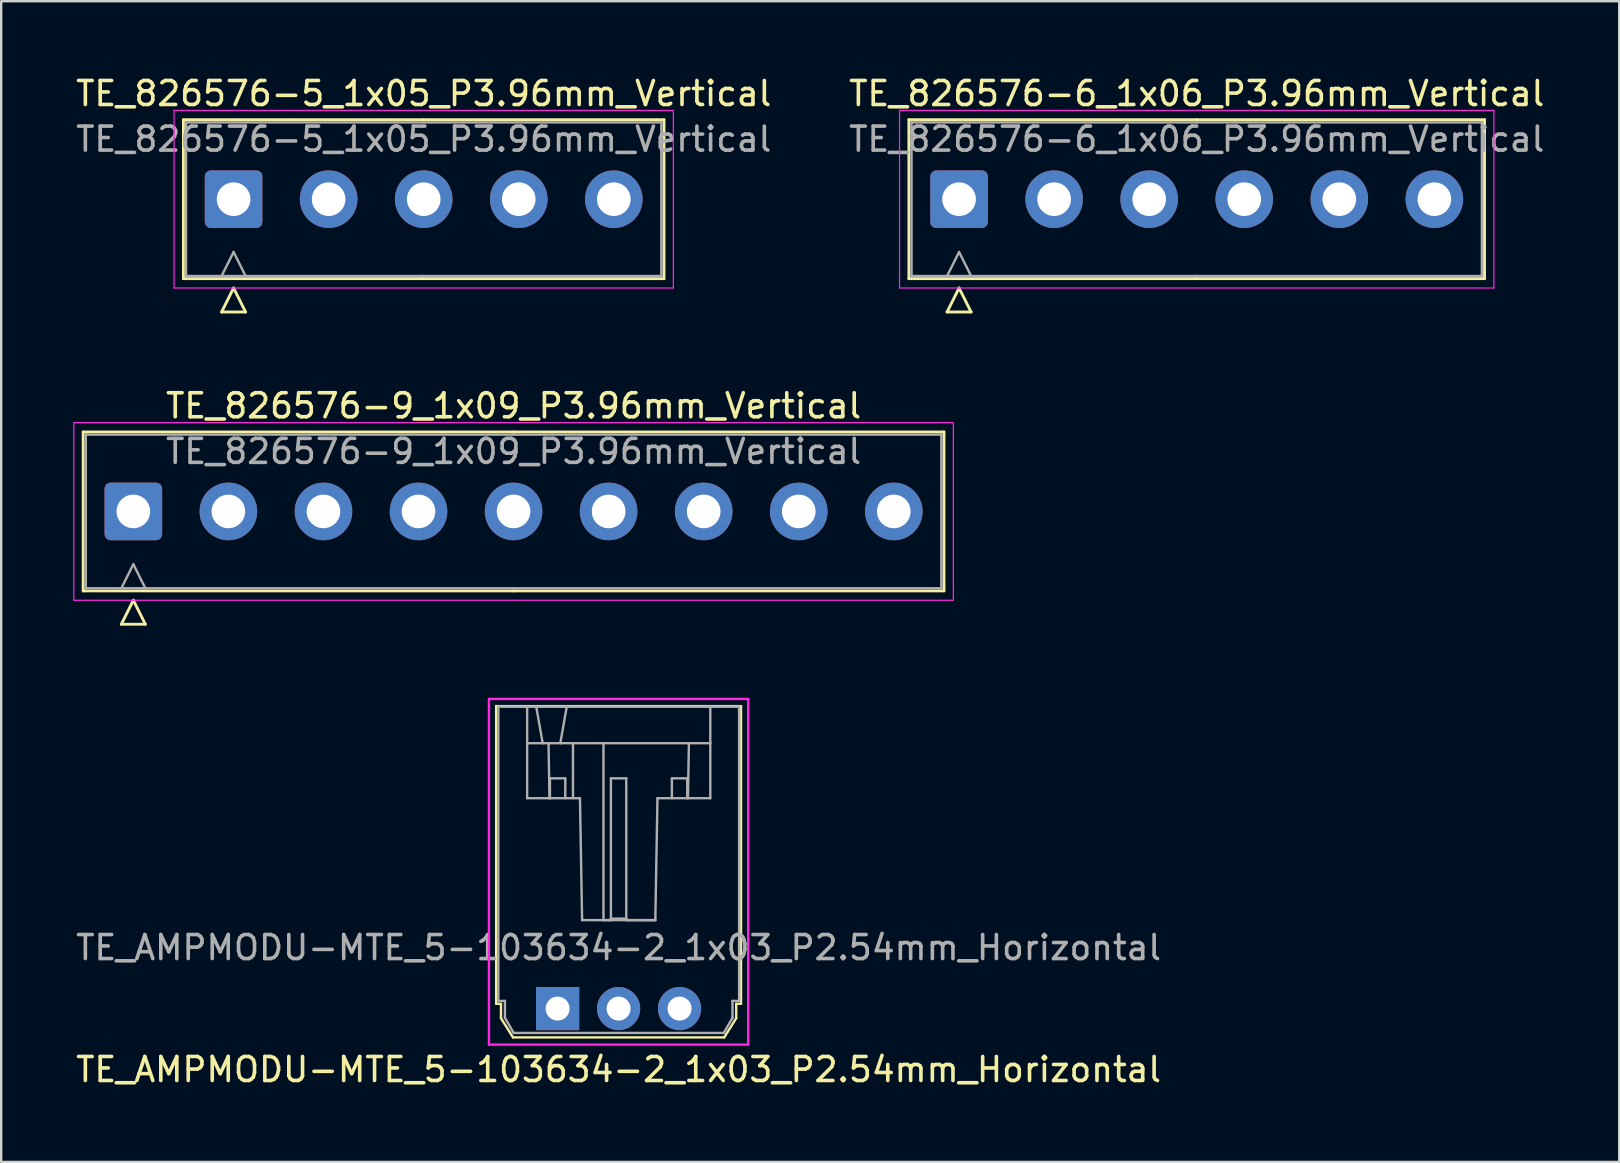
<source format=kicad_pcb>
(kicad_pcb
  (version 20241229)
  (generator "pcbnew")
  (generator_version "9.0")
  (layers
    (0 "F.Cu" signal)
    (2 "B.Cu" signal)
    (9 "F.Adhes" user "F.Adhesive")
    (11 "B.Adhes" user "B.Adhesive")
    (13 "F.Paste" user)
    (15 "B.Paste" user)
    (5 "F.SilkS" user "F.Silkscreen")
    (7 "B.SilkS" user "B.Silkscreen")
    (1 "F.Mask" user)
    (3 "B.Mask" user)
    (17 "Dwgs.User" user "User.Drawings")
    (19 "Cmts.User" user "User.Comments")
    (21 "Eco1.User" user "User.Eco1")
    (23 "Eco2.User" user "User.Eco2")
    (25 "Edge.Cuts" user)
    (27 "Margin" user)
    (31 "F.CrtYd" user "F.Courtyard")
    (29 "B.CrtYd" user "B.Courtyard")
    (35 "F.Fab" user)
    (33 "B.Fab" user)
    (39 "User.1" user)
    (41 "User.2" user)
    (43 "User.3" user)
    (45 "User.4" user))
  (footprint "TE_826576-9_1x09_P3.96mm_Vertical"
    (layer "F.Cu")
    (at 2.505 18.256)
    (property "Reference" "TE_826576-9_1x09_P3.96mm_Vertical" (at 15.84 -4.4 0) (layer "F.SilkS") (effects (font (size 1 1) (thickness 0.15))))
    (attr through_hole)
    (fp_line (start -2.09 -3.31) (end -2.09 3.31) (stroke (width 0.12) (type solid)) (layer "F.SilkS"))
    (fp_line (start -2.09 3.31) (end 15.84 3.31) (stroke (width 0.12) (type solid)) (layer "F.SilkS"))
    (fp_line (start -0.5 4.7) (end 0 3.7) (stroke (width 0.12) (type solid)) (layer "F.SilkS"))
    (fp_line (start 0 3.7) (end 0.5 4.7) (stroke (width 0.12) (type solid)) (layer "F.SilkS"))
    (fp_line (start 0.5 4.7) (end -0.5 4.7) (stroke (width 0.12) (type solid)) (layer "F.SilkS"))
    (fp_line (start 15.84 -3.31) (end -2.09 -3.31) (stroke (width 0.12) (type solid)) (layer "F.SilkS"))
    (fp_line (start 15.84 -3.31) (end 33.77 -3.31) (stroke (width 0.12) (type solid)) (layer "F.SilkS"))
    (fp_line (start 33.77 -3.31) (end 33.77 3.31) (stroke (width 0.12) (type solid)) (layer "F.SilkS"))
    (fp_line (start 33.77 3.31) (end 15.84 3.31) (stroke (width 0.12) (type solid)) (layer "F.SilkS"))
    (fp_line (start -2.48 -3.7) (end -2.48 3.7) (stroke (width 0.05) (type solid)) (layer "F.CrtYd"))
    (fp_line (start -2.48 3.7) (end 34.16 3.7) (stroke (width 0.05) (type solid)) (layer "F.CrtYd"))
    (fp_line (start 34.16 -3.7) (end -2.48 -3.7) (stroke (width 0.05) (type solid)) (layer "F.CrtYd"))
    (fp_line (start 34.16 3.7) (end 34.16 -3.7) (stroke (width 0.05) (type solid)) (layer "F.CrtYd"))
    (fp_line (start -1.98 -3.2) (end -1.98 3.2) (stroke (width 0.1) (type solid)) (layer "F.Fab"))
    (fp_line (start -1.98 3.2) (end 15.84 3.2) (stroke (width 0.1) (type solid)) (layer "F.Fab"))
    (fp_line (start -0.5 3.2) (end 0 2.2) (stroke (width 0.1) (type solid)) (layer "F.Fab"))
    (fp_line (start 0 2.2) (end 0.5 3.2) (stroke (width 0.1) (type solid)) (layer "F.Fab"))
    (fp_line (start 15.84 -3.2) (end -1.98 -3.2) (stroke (width 0.1) (type solid)) (layer "F.Fab"))
    (fp_line (start 15.84 -3.2) (end 33.66 -3.2) (stroke (width 0.1) (type solid)) (layer "F.Fab"))
    (fp_line (start 33.66 -3.2) (end 33.66 3.2) (stroke (width 0.1) (type solid)) (layer "F.Fab"))
    (fp_line (start 33.66 3.2) (end 15.84 3.2) (stroke (width 0.1) (type solid)) (layer "F.Fab"))
    (fp_text user "${REFERENCE}" (at 15.84 -2.5 0) (layer "F.Fab") (effects (font (size 1 1) (thickness 0.15))))
    (pad "1" thru_hole roundrect (at 0 0) (size 2.4 2.4) (drill 1.4) (layers "*.Cu" "*.Mask") (roundrect_rratio 0.104))
    (pad "2" thru_hole circle (at 3.96 0) (size 2.4 2.4) (drill 1.4) (layers "*.Cu" "*.Mask"))
    (pad "3" thru_hole circle (at 7.92 0) (size 2.4 2.4) (drill 1.4) (layers "*.Cu" "*.Mask"))
    (pad "4" thru_hole circle (at 11.88 0) (size 2.4 2.4) (drill 1.4) (layers "*.Cu" "*.Mask"))
    (pad "5" thru_hole circle (at 15.84 0) (size 2.4 2.4) (drill 1.4) (layers "*.Cu" "*.Mask"))
    (pad "6" thru_hole circle (at 19.8 0) (size 2.4 2.4) (drill 1.4) (layers "*.Cu" "*.Mask"))
    (pad "7" thru_hole circle (at 23.76 0) (size 2.4 2.4) (drill 1.4) (layers "*.Cu" "*.Mask"))
    (pad "8" thru_hole circle (at 27.72 0) (size 2.4 2.4) (drill 1.4) (layers "*.Cu" "*.Mask"))
    (pad "9" thru_hole circle (at 31.68 0) (size 2.4 2.4) (drill 1.4) (layers "*.Cu" "*.Mask")))
  (footprint "TE_AMPMODU-MTE_5-103634-2_1x03_P2.54mm_Horizontal"
    (layer "F.Cu")
    (at 20.18 38.967)
    (property "Reference" "TE_AMPMODU-MTE_5-103634-2_1x03_P2.54mm_Horizontal" (at 2.54 2.54 180) (layer "F.SilkS") (effects (font (size 1 1) (thickness 0.15))))
    (attr through_hole)
    (fp_line (start -2.56 -12.6) (end 7.64 -12.6) (stroke (width 0.1) (type solid)) (layer "F.SilkS"))
    (fp_line (start -2.56 -0.2) (end -2.56 -12.6) (stroke (width 0.1) (type solid)) (layer "F.SilkS"))
    (fp_line (start -2.36 -0.2) (end -2.56 -0.2) (stroke (width 0.1) (type solid)) (layer "F.SilkS"))
    (fp_line (start -2.36 0.4) (end -2.36 -0.2) (stroke (width 0.1) (type solid)) (layer "F.SilkS"))
    (fp_line (start -1.86 1.2) (end -2.36 0.4) (stroke (width 0.1) (type solid)) (layer "F.SilkS"))
    (fp_line (start 6.94 1.2) (end -1.86 1.2) (stroke (width 0.1) (type solid)) (layer "F.SilkS"))
    (fp_line (start 7.44 -0.2) (end 7.44 0.4) (stroke (width 0.1) (type solid)) (layer "F.SilkS"))
    (fp_line (start 7.44 0.4) (end 6.94 1.2) (stroke (width 0.1) (type solid)) (layer "F.SilkS"))
    (fp_line (start 7.64 -12.6) (end 7.64 -0.2) (stroke (width 0.1) (type solid)) (layer "F.SilkS"))
    (fp_line (start 7.64 -0.2) (end 7.44 -0.2) (stroke (width 0.1) (type solid)) (layer "F.SilkS"))
    (fp_line (start -2.86 -12.9) (end 7.94 -12.9) (stroke (width 0.1) (type solid)) (layer "F.CrtYd"))
    (fp_line (start -2.86 1.5) (end -2.86 -12.9) (stroke (width 0.1) (type solid)) (layer "F.CrtYd"))
    (fp_line (start 7.94 -12.9) (end 7.94 1.5) (stroke (width 0.1) (type solid)) (layer "F.CrtYd"))
    (fp_line (start 7.94 1.5) (end -2.86 1.5) (stroke (width 0.1) (type solid)) (layer "F.CrtYd"))
    (fp_line (start -2.47 -12.575) (end -1.27 -12.575) (stroke (width 0.1) (type solid)) (layer "F.Fab"))
    (fp_line (start -2.47 -0.32) (end -2.47 -12.575) (stroke (width 0.1) (type solid)) (layer "F.Fab"))
    (fp_line (start -2.47 -0.32) (end -2.195 -0.32) (stroke (width 0.1) (type solid)) (layer "F.Fab"))
    (fp_line (start -2.195 0.38) (end -2.195 -0.32) (stroke (width 0.1) (type solid)) (layer "F.Fab"))
    (fp_line (start -1.831 1.015) (end -2.192 0.39) (stroke (width 0.1) (type solid)) (layer "F.Fab"))
    (fp_line (start -1.27 -11.055) (end -1.27 -12.575) (stroke (width 0.1) (type solid)) (layer "F.Fab"))
    (fp_line (start -1.27 -8.765) (end -1.27 -11.055) (stroke (width 0.1) (type solid)) (layer "F.Fab"))
    (fp_line (start -0.89 -12.575) (end -1.27 -12.575) (stroke (width 0.1) (type solid)) (layer "F.Fab"))
    (fp_line (start -0.89 -12.575) (end -0.622 -11.055) (stroke (width 0.1) (type solid)) (layer "F.Fab"))
    (fp_line (start -0.622 -11.055) (end -1.27 -11.055) (stroke (width 0.1) (type solid)) (layer "F.Fab"))
    (fp_line (start -0.379 -11.055) (end -0.622 -11.055) (stroke (width 0.1) (type solid)) (layer "F.Fab"))
    (fp_line (start -0.379 -11.055) (end 0.112 -11.055) (stroke (width 0.1) (type solid)) (layer "F.Fab"))
    (fp_line (start -0.339 -8.765) (end -1.27 -8.765) (stroke (width 0.1) (type solid)) (layer "F.Fab"))
    (fp_line (start -0.339 -8.765) (end -0.379 -11.055) (stroke (width 0.1) (type solid)) (layer "F.Fab"))
    (fp_line (start -0.32 -8.765) (end -0.32 -9.591) (stroke (width 0.1) (type solid)) (layer "F.Fab"))
    (fp_line (start 0.112 -11.055) (end 0.38 -12.575) (stroke (width 0.1) (type solid)) (layer "F.Fab"))
    (fp_line (start 0.32 -9.591) (end -0.32 -9.591) (stroke (width 0.1) (type solid)) (layer "F.Fab"))
    (fp_line (start 0.32 -8.765) (end 0.32 -9.591) (stroke (width 0.1) (type solid)) (layer "F.Fab"))
    (fp_line (start 0.38 -12.575) (end -0.89 -12.575) (stroke (width 0.1) (type solid)) (layer "F.Fab"))
    (fp_line (start 0.64 -11.055) (end 0.64 -8.765) (stroke (width 0.1) (type solid)) (layer "F.Fab"))
    (fp_line (start 0.931 -8.765) (end -0.339 -8.765) (stroke (width 0.1) (type solid)) (layer "F.Fab"))
    (fp_line (start 0.931 -8.765) (end 1.02 -3.685) (stroke (width 0.1) (type solid)) (layer "F.Fab"))
    (fp_line (start 1.02 -3.685) (end 4.07 -3.685) (stroke (width 0.1) (type solid)) (layer "F.Fab"))
    (fp_line (start 1.91 -11.055) (end 1.91 -3.685) (stroke (width 0.1) (type solid)) (layer "F.Fab"))
    (fp_line (start 1.91 -3.685) (end 2.22 -3.685) (stroke (width 0.1) (type solid)) (layer "F.Fab"))
    (fp_line (start 2.22 -3.748) (end 2.22 -9.591) (stroke (width 0.1) (type solid)) (layer "F.Fab"))
    (fp_line (start 2.22 -3.685) (end 2.22 -3.748) (stroke (width 0.1) (type solid)) (layer "F.Fab"))
    (fp_line (start 2.86 -9.591) (end 2.22 -9.591) (stroke (width 0.1) (type solid)) (layer "F.Fab"))
    (fp_line (start 2.86 -3.748) (end 2.22 -3.748) (stroke (width 0.1) (type solid)) (layer "F.Fab"))
    (fp_line (start 2.86 -3.748) (end 2.86 -9.591) (stroke (width 0.1) (type solid)) (layer "F.Fab"))
    (fp_line (start 2.86 -3.685) (end 2.86 -3.748) (stroke (width 0.1) (type solid)) (layer "F.Fab"))
    (fp_line (start 2.86 -3.685) (end 4.07 -3.685) (stroke (width 0.1) (type solid)) (layer "F.Fab"))
    (fp_line (start 4.159 -8.765) (end 4.07 -3.685) (stroke (width 0.1) (type solid)) (layer "F.Fab"))
    (fp_line (start 4.76 -8.765) (end 4.76 -9.591) (stroke (width 0.1) (type solid)) (layer "F.Fab"))
    (fp_line (start 5.4 -9.591) (end 4.76 -9.591) (stroke (width 0.1) (type solid)) (layer "F.Fab"))
    (fp_line (start 5.4 -8.765) (end 5.4 -9.591) (stroke (width 0.1) (type solid)) (layer "F.Fab"))
    (fp_line (start 5.429 -8.765) (end 4.159 -8.765) (stroke (width 0.1) (type solid)) (layer "F.Fab"))
    (fp_line (start 5.429 -8.765) (end 5.469 -11.055) (stroke (width 0.1) (type solid)) (layer "F.Fab"))
    (fp_line (start 5.469 -11.055) (end 0.112 -11.055) (stroke (width 0.1) (type solid)) (layer "F.Fab"))
    (fp_line (start 6.36 -12.575) (end 0.38 -12.575) (stroke (width 0.1) (type solid)) (layer "F.Fab"))
    (fp_line (start 6.36 -11.055) (end 5.469 -11.055) (stroke (width 0.1) (type solid)) (layer "F.Fab"))
    (fp_line (start 6.36 -11.055) (end 6.36 -12.575) (stroke (width 0.1) (type solid)) (layer "F.Fab"))
    (fp_line (start 6.36 -8.765) (end 5.429 -8.765) (stroke (width 0.1) (type solid)) (layer "F.Fab"))
    (fp_line (start 6.36 -8.765) (end 6.36 -11.055) (stroke (width 0.1) (type solid)) (layer "F.Fab"))
    (fp_line (start 6.921 1.015) (end -1.831 1.015) (stroke (width 0.1) (type solid)) (layer "F.Fab"))
    (fp_line (start 7.282 0.39) (end 6.921 1.015) (stroke (width 0.1) (type solid)) (layer "F.Fab"))
    (fp_line (start 7.285 -0.32) (end 7.285 0.38) (stroke (width 0.1) (type solid)) (layer "F.Fab"))
    (fp_line (start 7.56 -12.575) (end 6.36 -12.575) (stroke (width 0.1) (type solid)) (layer "F.Fab"))
    (fp_line (start 7.56 -12.575) (end 7.56 -0.32) (stroke (width 0.1) (type solid)) (layer "F.Fab"))
    (fp_line (start 7.56 -0.32) (end 7.285 -0.32) (stroke (width 0.1) (type solid)) (layer "F.Fab"))
    (fp_arc (start -2.192321 0.39) (mid -2.194319 0.385176) (end -2.195 0.38) (stroke (width 0.1) (type solid)) (layer "F.Fab"))
    (fp_arc (start 7.285 0.38) (mid 7.284319 0.385176) (end 7.282321 0.39) (stroke (width 0.1) (type solid)) (layer "F.Fab"))
    (fp_text user "${REFERENCE}" (at 2.54 -2.54 180) (layer "F.Fab") (effects (font (size 1 1) (thickness 0.15))))
    (pad "1" thru_hole rect (at 0 0) (size 1.8 1.8) (drill 1) (layers "*.Cu" "*.Mask"))
    (pad "2" thru_hole circle (at 2.54 0 90) (size 1.8 1.8) (drill 1) (layers "*.Cu" "*.Mask"))
    (pad "3" thru_hole circle (at 5.08 0 90) (size 1.8 1.8) (drill 1) (layers "*.Cu" "*.Mask")))
  (footprint "TE_826576-5_1x05_P3.96mm_Vertical"
    (layer "F.Cu")
    (at 6.681 5.248)
    (property "Reference" "TE_826576-5_1x05_P3.96mm_Vertical" (at 7.92 -4.4 0) (layer "F.SilkS") (effects (font (size 1 1) (thickness 0.15))))
    (attr through_hole)
    (fp_line (start -2.09 -3.31) (end -2.09 3.31) (stroke (width 0.12) (type solid)) (layer "F.SilkS"))
    (fp_line (start -2.09 3.31) (end 7.92 3.31) (stroke (width 0.12) (type solid)) (layer "F.SilkS"))
    (fp_line (start -0.5 4.7) (end 0 3.7) (stroke (width 0.12) (type solid)) (layer "F.SilkS"))
    (fp_line (start 0 3.7) (end 0.5 4.7) (stroke (width 0.12) (type solid)) (layer "F.SilkS"))
    (fp_line (start 0.5 4.7) (end -0.5 4.7) (stroke (width 0.12) (type solid)) (layer "F.SilkS"))
    (fp_line (start 7.92 -3.31) (end -2.09 -3.31) (stroke (width 0.12) (type solid)) (layer "F.SilkS"))
    (fp_line (start 7.92 -3.31) (end 17.93 -3.31) (stroke (width 0.12) (type solid)) (layer "F.SilkS"))
    (fp_line (start 17.93 -3.31) (end 17.93 3.31) (stroke (width 0.12) (type solid)) (layer "F.SilkS"))
    (fp_line (start 17.93 3.31) (end 7.92 3.31) (stroke (width 0.12) (type solid)) (layer "F.SilkS"))
    (fp_line (start -2.48 -3.7) (end -2.48 3.7) (stroke (width 0.05) (type solid)) (layer "F.CrtYd"))
    (fp_line (start -2.48 3.7) (end 18.32 3.7) (stroke (width 0.05) (type solid)) (layer "F.CrtYd"))
    (fp_line (start 18.32 -3.7) (end -2.48 -3.7) (stroke (width 0.05) (type solid)) (layer "F.CrtYd"))
    (fp_line (start 18.32 3.7) (end 18.32 -3.7) (stroke (width 0.05) (type solid)) (layer "F.CrtYd"))
    (fp_line (start -1.98 -3.2) (end -1.98 3.2) (stroke (width 0.1) (type solid)) (layer "F.Fab"))
    (fp_line (start -1.98 3.2) (end 7.92 3.2) (stroke (width 0.1) (type solid)) (layer "F.Fab"))
    (fp_line (start -0.5 3.2) (end 0 2.2) (stroke (width 0.1) (type solid)) (layer "F.Fab"))
    (fp_line (start 0 2.2) (end 0.5 3.2) (stroke (width 0.1) (type solid)) (layer "F.Fab"))
    (fp_line (start 7.92 -3.2) (end -1.98 -3.2) (stroke (width 0.1) (type solid)) (layer "F.Fab"))
    (fp_line (start 7.92 -3.2) (end 17.82 -3.2) (stroke (width 0.1) (type solid)) (layer "F.Fab"))
    (fp_line (start 17.82 -3.2) (end 17.82 3.2) (stroke (width 0.1) (type solid)) (layer "F.Fab"))
    (fp_line (start 17.82 3.2) (end 7.92 3.2) (stroke (width 0.1) (type solid)) (layer "F.Fab"))
    (fp_text user "${REFERENCE}" (at 7.92 -2.5 0) (layer "F.Fab") (effects (font (size 1 1) (thickness 0.15))))
    (pad "1" thru_hole roundrect (at 0 0) (size 2.4 2.4) (drill 1.4) (layers "*.Cu" "*.Mask") (roundrect_rratio 0.104))
    (pad "2" thru_hole circle (at 3.96 0) (size 2.4 2.4) (drill 1.4) (layers "*.Cu" "*.Mask"))
    (pad "3" thru_hole circle (at 7.92 0) (size 2.4 2.4) (drill 1.4) (layers "*.Cu" "*.Mask"))
    (pad "4" thru_hole circle (at 11.88 0) (size 2.4 2.4) (drill 1.4) (layers "*.Cu" "*.Mask"))
    (pad "5" thru_hole circle (at 15.84 0) (size 2.4 2.4) (drill 1.4) (layers "*.Cu" "*.Mask")))
  (footprint "TE_826576-6_1x06_P3.96mm_Vertical"
    (layer "F.Cu")
    (at 36.904 5.248)
    (property "Reference" "TE_826576-6_1x06_P3.96mm_Vertical" (at 9.9 -4.4 0) (layer "F.SilkS") (effects (font (size 1 1) (thickness 0.15))))
    (attr through_hole)
    (fp_line (start -2.09 -3.31) (end -2.09 3.31) (stroke (width 0.12) (type solid)) (layer "F.SilkS"))
    (fp_line (start -2.09 3.31) (end 9.9 3.31) (stroke (width 0.12) (type solid)) (layer "F.SilkS"))
    (fp_line (start -0.5 4.7) (end 0 3.7) (stroke (width 0.12) (type solid)) (layer "F.SilkS"))
    (fp_line (start 0 3.7) (end 0.5 4.7) (stroke (width 0.12) (type solid)) (layer "F.SilkS"))
    (fp_line (start 0.5 4.7) (end -0.5 4.7) (stroke (width 0.12) (type solid)) (layer "F.SilkS"))
    (fp_line (start 9.9 -3.31) (end -2.09 -3.31) (stroke (width 0.12) (type solid)) (layer "F.SilkS"))
    (fp_line (start 9.9 -3.31) (end 21.89 -3.31) (stroke (width 0.12) (type solid)) (layer "F.SilkS"))
    (fp_line (start 21.89 -3.31) (end 21.89 3.31) (stroke (width 0.12) (type solid)) (layer "F.SilkS"))
    (fp_line (start 21.89 3.31) (end 9.9 3.31) (stroke (width 0.12) (type solid)) (layer "F.SilkS"))
    (fp_line (start -2.48 -3.7) (end -2.48 3.7) (stroke (width 0.05) (type solid)) (layer "F.CrtYd"))
    (fp_line (start -2.48 3.7) (end 22.28 3.7) (stroke (width 0.05) (type solid)) (layer "F.CrtYd"))
    (fp_line (start 22.28 -3.7) (end -2.48 -3.7) (stroke (width 0.05) (type solid)) (layer "F.CrtYd"))
    (fp_line (start 22.28 3.7) (end 22.28 -3.7) (stroke (width 0.05) (type solid)) (layer "F.CrtYd"))
    (fp_line (start -1.98 -3.2) (end -1.98 3.2) (stroke (width 0.1) (type solid)) (layer "F.Fab"))
    (fp_line (start -1.98 3.2) (end 9.9 3.2) (stroke (width 0.1) (type solid)) (layer "F.Fab"))
    (fp_line (start -0.5 3.2) (end 0 2.2) (stroke (width 0.1) (type solid)) (layer "F.Fab"))
    (fp_line (start 0 2.2) (end 0.5 3.2) (stroke (width 0.1) (type solid)) (layer "F.Fab"))
    (fp_line (start 9.9 -3.2) (end -1.98 -3.2) (stroke (width 0.1) (type solid)) (layer "F.Fab"))
    (fp_line (start 9.9 -3.2) (end 21.78 -3.2) (stroke (width 0.1) (type solid)) (layer "F.Fab"))
    (fp_line (start 21.78 -3.2) (end 21.78 3.2) (stroke (width 0.1) (type solid)) (layer "F.Fab"))
    (fp_line (start 21.78 3.2) (end 9.9 3.2) (stroke (width 0.1) (type solid)) (layer "F.Fab"))
    (fp_text user "${REFERENCE}" (at 9.9 -2.5 0) (layer "F.Fab") (effects (font (size 1 1) (thickness 0.15))))
    (pad "1" thru_hole roundrect (at 0 0) (size 2.4 2.4) (drill 1.4) (layers "*.Cu" "*.Mask") (roundrect_rratio 0.104))
    (pad "2" thru_hole circle (at 3.96 0) (size 2.4 2.4) (drill 1.4) (layers "*.Cu" "*.Mask"))
    (pad "3" thru_hole circle (at 7.92 0) (size 2.4 2.4) (drill 1.4) (layers "*.Cu" "*.Mask"))
    (pad "4" thru_hole circle (at 11.88 0) (size 2.4 2.4) (drill 1.4) (layers "*.Cu" "*.Mask"))
    (pad "5" thru_hole circle (at 15.84 0) (size 2.4 2.4) (drill 1.4) (layers "*.Cu" "*.Mask"))
    (pad "6" thru_hole circle (at 19.8 0) (size 2.4 2.4) (drill 1.4) (layers "*.Cu" "*.Mask")))
  (gr_rect
    (start -3 -3)
    (end 64.405 45.355)
    (stroke (width 0.1) (type default))
    (fill no)
    (layer "Edge.Cuts")))
</source>
